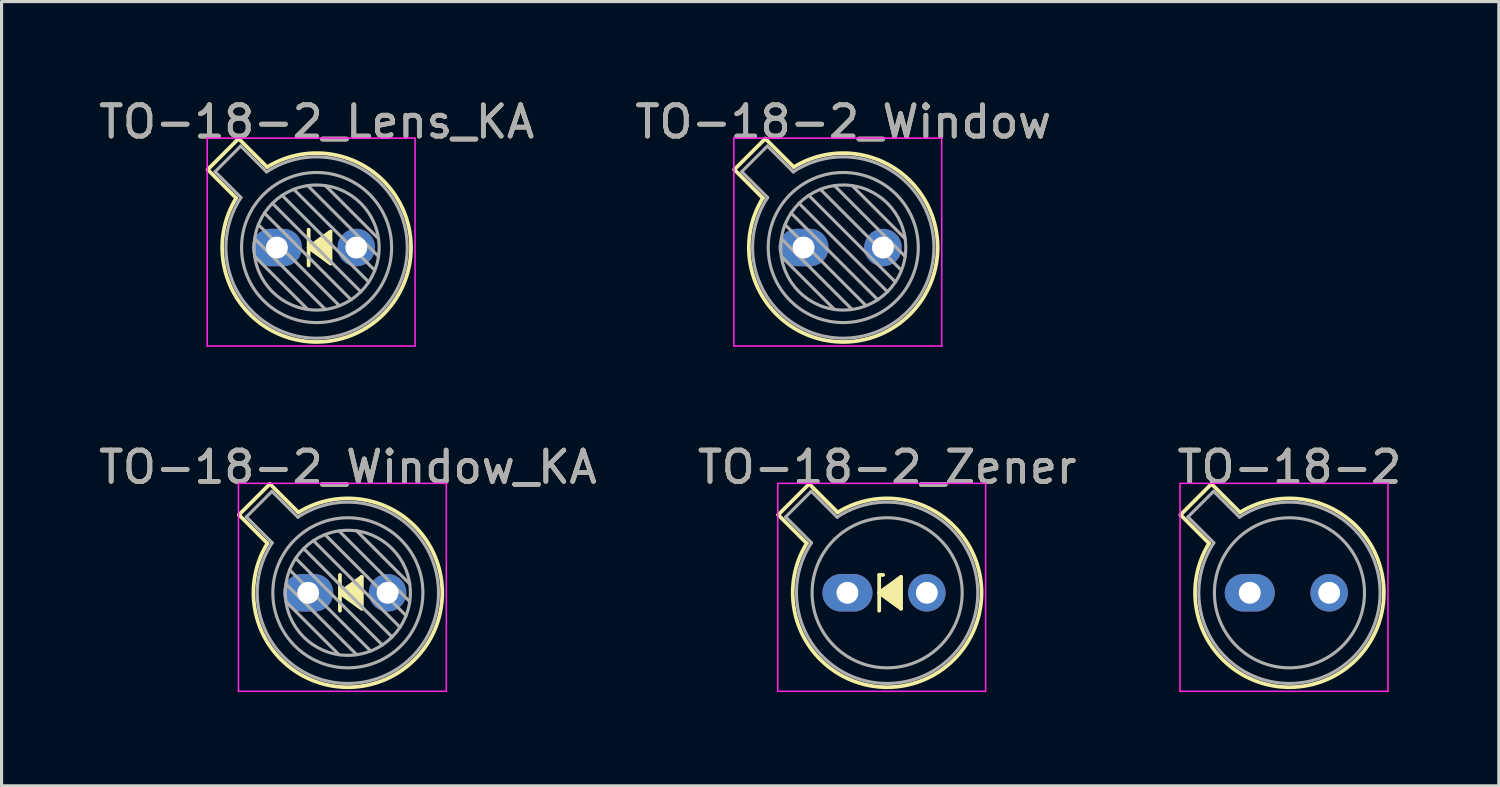
<source format=kicad_pcb>
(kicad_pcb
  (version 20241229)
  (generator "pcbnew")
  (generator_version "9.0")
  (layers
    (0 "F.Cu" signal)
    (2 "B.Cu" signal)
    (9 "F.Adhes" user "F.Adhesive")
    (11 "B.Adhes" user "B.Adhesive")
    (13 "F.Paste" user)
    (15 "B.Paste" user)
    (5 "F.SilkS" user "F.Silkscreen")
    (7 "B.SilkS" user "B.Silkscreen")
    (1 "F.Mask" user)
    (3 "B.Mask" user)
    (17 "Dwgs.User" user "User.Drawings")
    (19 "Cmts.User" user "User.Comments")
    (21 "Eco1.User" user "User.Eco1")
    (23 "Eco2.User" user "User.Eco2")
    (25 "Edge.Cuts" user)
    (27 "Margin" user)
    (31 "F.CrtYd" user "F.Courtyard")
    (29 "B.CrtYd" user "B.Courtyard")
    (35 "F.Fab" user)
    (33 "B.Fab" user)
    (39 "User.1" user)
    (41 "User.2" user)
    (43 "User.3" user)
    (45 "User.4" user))
  (footprint "TO-18-2_Lens_KA"
    (layer "F.Cu")
    (at 5.807 4.868)
    (property "Reference" "TO-18-2_Lens_KA" (at 1.27 -4.02 0) (layer "F.SilkS") (effects (font (size 1 1) (thickness 0.15))))
    (attr through_hole)
    (fp_line (start -2.214 -2.494) (end -1.302 -1.582) (stroke (width 0.12) (type solid)) (layer "F.SilkS"))
    (fp_line (start -1.224 -3.484) (end -2.214 -2.494) (stroke (width 0.12) (type solid)) (layer "F.SilkS"))
    (fp_line (start -0.312 -2.572) (end -1.224 -3.484) (stroke (width 0.12) (type solid)) (layer "F.SilkS"))
    (fp_line (start 1.016 0) (end 1.714 -0.508) (stroke (width 0.12) (type solid)) (layer "F.SilkS"))
    (fp_line (start 1.016 0.572) (end 1.016 -0.572) (stroke (width 0.12) (type solid)) (layer "F.SilkS"))
    (fp_line (start 1.714 -0.508) (end 1.714 0.508) (stroke (width 0.12) (type solid)) (layer "F.SilkS"))
    (fp_line (start 1.714 0.508) (end 1.016 0) (stroke (width 0.12) (type solid)) (layer "F.SilkS"))
    (fp_arc (start -0.312331 -2.572281) (mid 3.405374 2.135551) (end -1.30215 -1.582544) (stroke (width 0.12) (type solid)) (layer "F.SilkS"))
    (fp_poly (pts (xy 1.016 0) (xy 1.714 -0.508) (xy 1.714 0.508)) (stroke (width 0.1) (type solid)) (fill yes) (layer "F.SilkS"))
    (fp_line (start -2.23 -3.5) (end -2.23 3.15) (stroke (width 0.05) (type solid)) (layer "F.CrtYd"))
    (fp_line (start -2.23 3.15) (end 4.42 3.15) (stroke (width 0.05) (type solid)) (layer "F.CrtYd"))
    (fp_line (start 4.42 -3.5) (end -2.23 -3.5) (stroke (width 0.05) (type solid)) (layer "F.CrtYd"))
    (fp_line (start 4.42 3.15) (end 4.42 -3.5) (stroke (width 0.05) (type solid)) (layer "F.CrtYd"))
    (fp_line (start -1.977 -2.426) (end -1.149 -1.599) (stroke (width 0.1) (type solid)) (layer "F.Fab"))
    (fp_line (start -1.156 -3.247) (end -1.977 -2.426) (stroke (width 0.1) (type solid)) (layer "F.Fab"))
    (fp_line (start -0.71 -0.283) (end 1.553 1.98) (stroke (width 0.1) (type solid)) (layer "F.Fab"))
    (fp_line (start -0.71 0.283) (end 0.987 1.98) (stroke (width 0.1) (type solid)) (layer "F.Fab"))
    (fp_line (start -0.592 -0.731) (end 2.001 1.862) (stroke (width 0.1) (type solid)) (layer "F.Fab"))
    (fp_line (start -0.399 -1.103) (end 2.373 1.669) (stroke (width 0.1) (type solid)) (layer "F.Fab"))
    (fp_line (start -0.329 -2.419) (end -1.156 -3.247) (stroke (width 0.1) (type solid)) (layer "F.Fab"))
    (fp_line (start -0.145 -1.415) (end 2.685 1.415) (stroke (width 0.1) (type solid)) (layer "F.Fab"))
    (fp_line (start 0.167 -1.669) (end 2.939 1.103) (stroke (width 0.1) (type solid)) (layer "F.Fab"))
    (fp_line (start 0.539 -1.862) (end 3.132 0.731) (stroke (width 0.1) (type solid)) (layer "F.Fab"))
    (fp_line (start 0.987 -1.98) (end 3.25 0.283) (stroke (width 0.1) (type solid)) (layer "F.Fab"))
    (fp_line (start 1.553 -1.98) (end 3.25 -0.283) (stroke (width 0.1) (type solid)) (layer "F.Fab"))
    (fp_arc (start -0.329057 -2.419301) (mid 3.321076 2.050143) (end -1.150029 -1.597956) (stroke (width 0.1) (type solid)) (layer "F.Fab"))
    (fp_circle (center 1.27 0) (end 3.27 0) (stroke (width 0.1) (type solid)) (fill no) (layer "F.Fab"))
    (fp_circle (center 1.27 0) (end 3.67 0) (stroke (width 0.1) (type solid)) (fill no) (layer "F.Fab"))
    (fp_text user "${REFERENCE}" (at 1.27 -4.02 0) (layer "F.Fab") (effects (font (size 1 1) (thickness 0.15))))
    (pad "1" thru_hole oval (at 0 0) (size 1.6 1.2) (drill 0.7) (layers "*.Cu" "*.Mask"))
    (pad "2" thru_hole oval (at 2.54 0) (size 1.2 1.2) (drill 0.7) (layers "*.Cu" "*.Mask")))
  (footprint "TO-18-2_Window_KA"
    (layer "F.Cu")
    (at 6.807 15.912)
    (property "Reference" "TO-18-2_Window_KA" (at 1.27 -4.02 0) (layer "F.SilkS") (effects (font (size 1 1) (thickness 0.15))))
    (attr through_hole)
    (fp_line (start -2.214 -2.494) (end -1.302 -1.582) (stroke (width 0.12) (type solid)) (layer "F.SilkS"))
    (fp_line (start -1.224 -3.484) (end -2.214 -2.494) (stroke (width 0.12) (type solid)) (layer "F.SilkS"))
    (fp_line (start -0.312 -2.572) (end -1.224 -3.484) (stroke (width 0.12) (type solid)) (layer "F.SilkS"))
    (fp_line (start 1.016 0) (end 1.714 -0.508) (stroke (width 0.12) (type solid)) (layer "F.SilkS"))
    (fp_line (start 1.016 0.572) (end 1.016 -0.572) (stroke (width 0.12) (type solid)) (layer "F.SilkS"))
    (fp_line (start 1.714 -0.508) (end 1.714 0.508) (stroke (width 0.12) (type solid)) (layer "F.SilkS"))
    (fp_line (start 1.714 0.508) (end 1.016 0) (stroke (width 0.12) (type solid)) (layer "F.SilkS"))
    (fp_arc (start -0.312331 -2.572281) (mid 3.405374 2.135551) (end -1.30215 -1.582544) (stroke (width 0.12) (type solid)) (layer "F.SilkS"))
    (fp_poly (pts (xy 1.016 0) (xy 1.714 -0.508) (xy 1.714 0.508)) (stroke (width 0.1) (type solid)) (fill yes) (layer "F.SilkS"))
    (fp_line (start -2.23 -3.5) (end -2.23 3.15) (stroke (width 0.05) (type solid)) (layer "F.CrtYd"))
    (fp_line (start -2.23 3.15) (end 4.42 3.15) (stroke (width 0.05) (type solid)) (layer "F.CrtYd"))
    (fp_line (start 4.42 -3.5) (end -2.23 -3.5) (stroke (width 0.05) (type solid)) (layer "F.CrtYd"))
    (fp_line (start 4.42 3.15) (end 4.42 -3.5) (stroke (width 0.05) (type solid)) (layer "F.CrtYd"))
    (fp_line (start -1.977 -2.426) (end -1.149 -1.599) (stroke (width 0.1) (type solid)) (layer "F.Fab"))
    (fp_line (start -1.156 -3.247) (end -1.977 -2.426) (stroke (width 0.1) (type solid)) (layer "F.Fab"))
    (fp_line (start -0.71 -0.283) (end 1.553 1.98) (stroke (width 0.1) (type solid)) (layer "F.Fab"))
    (fp_line (start -0.71 0.283) (end 0.987 1.98) (stroke (width 0.1) (type solid)) (layer "F.Fab"))
    (fp_line (start -0.592 -0.731) (end 2.001 1.862) (stroke (width 0.1) (type solid)) (layer "F.Fab"))
    (fp_line (start -0.399 -1.103) (end 2.373 1.669) (stroke (width 0.1) (type solid)) (layer "F.Fab"))
    (fp_line (start -0.329 -2.419) (end -1.156 -3.247) (stroke (width 0.1) (type solid)) (layer "F.Fab"))
    (fp_line (start -0.145 -1.415) (end 2.685 1.415) (stroke (width 0.1) (type solid)) (layer "F.Fab"))
    (fp_line (start 0.167 -1.669) (end 2.939 1.103) (stroke (width 0.1) (type solid)) (layer "F.Fab"))
    (fp_line (start 0.539 -1.862) (end 3.132 0.731) (stroke (width 0.1) (type solid)) (layer "F.Fab"))
    (fp_line (start 0.987 -1.98) (end 3.25 0.283) (stroke (width 0.1) (type solid)) (layer "F.Fab"))
    (fp_line (start 1.553 -1.98) (end 3.25 -0.283) (stroke (width 0.1) (type solid)) (layer "F.Fab"))
    (fp_arc (start -0.329057 -2.419301) (mid 3.321076 2.050143) (end -1.150029 -1.597956) (stroke (width 0.1) (type solid)) (layer "F.Fab"))
    (fp_circle (center 1.27 0) (end 3.27 0) (stroke (width 0.1) (type solid)) (fill no) (layer "F.Fab"))
    (fp_circle (center 1.27 0) (end 3.67 0) (stroke (width 0.1) (type solid)) (fill no) (layer "F.Fab"))
    (fp_text user "${REFERENCE}" (at 1.27 -4.02 0) (layer "F.Fab") (effects (font (size 1 1) (thickness 0.15))))
    (pad "1" thru_hole oval (at 0 0) (size 1.6 1.2) (drill 0.7) (layers "*.Cu" "*.Mask"))
    (pad "2" thru_hole oval (at 2.54 0) (size 1.2 1.2) (drill 0.7) (layers "*.Cu" "*.Mask")))
  (footprint "TO-18-2"
    (layer "F.Cu")
    (at 36.926 15.912)
    (property "Reference" "TO-18-2" (at 1.27 -4.02 0) (layer "F.SilkS") (effects (font (size 1 1) (thickness 0.15))))
    (attr through_hole)
    (fp_line (start -2.214 -2.494) (end -1.302 -1.582) (stroke (width 0.12) (type solid)) (layer "F.SilkS"))
    (fp_line (start -1.224 -3.484) (end -2.214 -2.494) (stroke (width 0.12) (type solid)) (layer "F.SilkS"))
    (fp_line (start -0.312 -2.572) (end -1.224 -3.484) (stroke (width 0.12) (type solid)) (layer "F.SilkS"))
    (fp_arc (start -0.312331 -2.572281) (mid 3.405374 2.135551) (end -1.30215 -1.582544) (stroke (width 0.12) (type solid)) (layer "F.SilkS"))
    (fp_line (start -2.23 -3.5) (end -2.23 3.15) (stroke (width 0.05) (type solid)) (layer "F.CrtYd"))
    (fp_line (start -2.23 3.15) (end 4.42 3.15) (stroke (width 0.05) (type solid)) (layer "F.CrtYd"))
    (fp_line (start 4.42 -3.5) (end -2.23 -3.5) (stroke (width 0.05) (type solid)) (layer "F.CrtYd"))
    (fp_line (start 4.42 3.15) (end 4.42 -3.5) (stroke (width 0.05) (type solid)) (layer "F.CrtYd"))
    (fp_line (start -1.977 -2.426) (end -1.149 -1.599) (stroke (width 0.1) (type solid)) (layer "F.Fab"))
    (fp_line (start -1.156 -3.247) (end -1.977 -2.426) (stroke (width 0.1) (type solid)) (layer "F.Fab"))
    (fp_line (start -0.329 -2.419) (end -1.156 -3.247) (stroke (width 0.1) (type solid)) (layer "F.Fab"))
    (fp_arc (start -0.329057 -2.419301) (mid 3.321076 2.050143) (end -1.150029 -1.597956) (stroke (width 0.1) (type solid)) (layer "F.Fab"))
    (fp_circle (center 1.27 0) (end 3.67 0) (stroke (width 0.1) (type solid)) (fill no) (layer "F.Fab"))
    (fp_text user "${REFERENCE}" (at 1.27 -4.02 0) (layer "F.Fab") (effects (font (size 1 1) (thickness 0.15))))
    (pad "1" thru_hole oval (at 0 0) (size 1.6 1.2) (drill 0.7) (layers "*.Cu" "*.Mask"))
    (pad "2" thru_hole oval (at 2.54 0) (size 1.2 1.2) (drill 0.7) (layers "*.Cu" "*.Mask")))
  (footprint "TO-18-2_Zener"
    (layer "F.Cu")
    (at 24.057 15.912)
    (property "Reference" "TO-18-2_Zener" (at 1.27 -4.02 0) (layer "F.SilkS") (effects (font (size 1 1) (thickness 0.15))))
    (attr through_hole)
    (fp_line (start -2.214 -2.494) (end -1.302 -1.582) (stroke (width 0.12) (type solid)) (layer "F.SilkS"))
    (fp_line (start -1.224 -3.484) (end -2.214 -2.494) (stroke (width 0.12) (type solid)) (layer "F.SilkS"))
    (fp_line (start -0.312 -2.572) (end -1.224 -3.484) (stroke (width 0.12) (type solid)) (layer "F.SilkS"))
    (fp_line (start 1.016 -0.572) (end 1.143 -0.572) (stroke (width 0.12) (type solid)) (layer "F.SilkS"))
    (fp_line (start 1.016 0) (end 1.714 -0.508) (stroke (width 0.12) (type solid)) (layer "F.SilkS"))
    (fp_line (start 1.016 0.572) (end 1.016 -0.572) (stroke (width 0.12) (type solid)) (layer "F.SilkS"))
    (fp_line (start 1.714 -0.508) (end 1.714 0.508) (stroke (width 0.12) (type solid)) (layer "F.SilkS"))
    (fp_line (start 1.714 0.508) (end 1.016 0) (stroke (width 0.12) (type solid)) (layer "F.SilkS"))
    (fp_arc (start -0.312331 -2.572281) (mid 3.405374 2.135551) (end -1.30215 -1.582544) (stroke (width 0.12) (type solid)) (layer "F.SilkS"))
    (fp_poly (pts (xy 1.016 0) (xy 1.714 -0.508) (xy 1.714 0.508)) (stroke (width 0.1) (type solid)) (fill yes) (layer "F.SilkS"))
    (fp_line (start -2.23 -3.5) (end -2.23 3.15) (stroke (width 0.05) (type solid)) (layer "F.CrtYd"))
    (fp_line (start -2.23 3.15) (end 4.42 3.15) (stroke (width 0.05) (type solid)) (layer "F.CrtYd"))
    (fp_line (start 4.42 -3.5) (end -2.23 -3.5) (stroke (width 0.05) (type solid)) (layer "F.CrtYd"))
    (fp_line (start 4.42 3.15) (end 4.42 -3.5) (stroke (width 0.05) (type solid)) (layer "F.CrtYd"))
    (fp_line (start -1.977 -2.426) (end -1.149 -1.599) (stroke (width 0.1) (type solid)) (layer "F.Fab"))
    (fp_line (start -1.156 -3.247) (end -1.977 -2.426) (stroke (width 0.1) (type solid)) (layer "F.Fab"))
    (fp_line (start -0.329 -2.419) (end -1.156 -3.247) (stroke (width 0.1) (type solid)) (layer "F.Fab"))
    (fp_arc (start -0.329057 -2.419301) (mid 3.321076 2.050143) (end -1.150029 -1.597956) (stroke (width 0.1) (type solid)) (layer "F.Fab"))
    (fp_circle (center 1.27 0) (end 3.67 0) (stroke (width 0.1) (type solid)) (fill no) (layer "F.Fab"))
    (fp_text user "${REFERENCE}" (at 1.27 -4.02 0) (layer "F.Fab") (effects (font (size 1 1) (thickness 0.15))))
    (pad "1" thru_hole oval (at 0 0) (size 1.6 1.2) (drill 0.7) (layers "*.Cu" "*.Mask"))
    (pad "2" thru_hole oval (at 2.54 0) (size 1.2 1.2) (drill 0.7) (layers "*.Cu" "*.Mask")))
  (footprint "TO-18-2_Window"
    (layer "F.Cu")
    (at 22.653 4.868)
    (property "Reference" "TO-18-2_Window" (at 1.27 -4.02 0) (layer "F.SilkS") (effects (font (size 1 1) (thickness 0.15))))
    (attr through_hole)
    (fp_line (start -2.214 -2.494) (end -1.302 -1.582) (stroke (width 0.12) (type solid)) (layer "F.SilkS"))
    (fp_line (start -1.224 -3.484) (end -2.214 -2.494) (stroke (width 0.12) (type solid)) (layer "F.SilkS"))
    (fp_line (start -0.312 -2.572) (end -1.224 -3.484) (stroke (width 0.12) (type solid)) (layer "F.SilkS"))
    (fp_arc (start -0.312331 -2.572281) (mid 3.405374 2.135551) (end -1.30215 -1.582544) (stroke (width 0.12) (type solid)) (layer "F.SilkS"))
    (fp_line (start -2.23 -3.5) (end -2.23 3.15) (stroke (width 0.05) (type solid)) (layer "F.CrtYd"))
    (fp_line (start -2.23 3.15) (end 4.42 3.15) (stroke (width 0.05) (type solid)) (layer "F.CrtYd"))
    (fp_line (start 4.42 -3.5) (end -2.23 -3.5) (stroke (width 0.05) (type solid)) (layer "F.CrtYd"))
    (fp_line (start 4.42 3.15) (end 4.42 -3.5) (stroke (width 0.05) (type solid)) (layer "F.CrtYd"))
    (fp_line (start -1.977 -2.426) (end -1.149 -1.599) (stroke (width 0.1) (type solid)) (layer "F.Fab"))
    (fp_line (start -1.156 -3.247) (end -1.977 -2.426) (stroke (width 0.1) (type solid)) (layer "F.Fab"))
    (fp_line (start -0.71 -0.283) (end 1.553 1.98) (stroke (width 0.1) (type solid)) (layer "F.Fab"))
    (fp_line (start -0.71 0.283) (end 0.987 1.98) (stroke (width 0.1) (type solid)) (layer "F.Fab"))
    (fp_line (start -0.592 -0.731) (end 2.001 1.862) (stroke (width 0.1) (type solid)) (layer "F.Fab"))
    (fp_line (start -0.399 -1.103) (end 2.373 1.669) (stroke (width 0.1) (type solid)) (layer "F.Fab"))
    (fp_line (start -0.329 -2.419) (end -1.156 -3.247) (stroke (width 0.1) (type solid)) (layer "F.Fab"))
    (fp_line (start -0.145 -1.415) (end 2.685 1.415) (stroke (width 0.1) (type solid)) (layer "F.Fab"))
    (fp_line (start 0.167 -1.669) (end 2.939 1.103) (stroke (width 0.1) (type solid)) (layer "F.Fab"))
    (fp_line (start 0.539 -1.862) (end 3.132 0.731) (stroke (width 0.1) (type solid)) (layer "F.Fab"))
    (fp_line (start 0.987 -1.98) (end 3.25 0.283) (stroke (width 0.1) (type solid)) (layer "F.Fab"))
    (fp_line (start 1.553 -1.98) (end 3.25 -0.283) (stroke (width 0.1) (type solid)) (layer "F.Fab"))
    (fp_arc (start -0.329057 -2.419301) (mid 3.321076 2.050143) (end -1.150029 -1.597956) (stroke (width 0.1) (type solid)) (layer "F.Fab"))
    (fp_circle (center 1.27 0) (end 3.27 0) (stroke (width 0.1) (type solid)) (fill no) (layer "F.Fab"))
    (fp_circle (center 1.27 0) (end 3.67 0) (stroke (width 0.1) (type solid)) (fill no) (layer "F.Fab"))
    (fp_text user "${REFERENCE}" (at 1.27 -4.02 0) (layer "F.Fab") (effects (font (size 1 1) (thickness 0.15))))
    (pad "1" thru_hole oval (at 0 0) (size 1.6 1.2) (drill 0.7) (layers "*.Cu" "*.Mask"))
    (pad "2" thru_hole oval (at 2.54 0) (size 1.2 1.2) (drill 0.7) (layers "*.Cu" "*.Mask")))
  (gr_rect
    (start -3 -3)
    (end 44.893 22.087)
    (stroke (width 0.1) (type default))
    (fill no)
    (layer "Edge.Cuts")))
</source>
